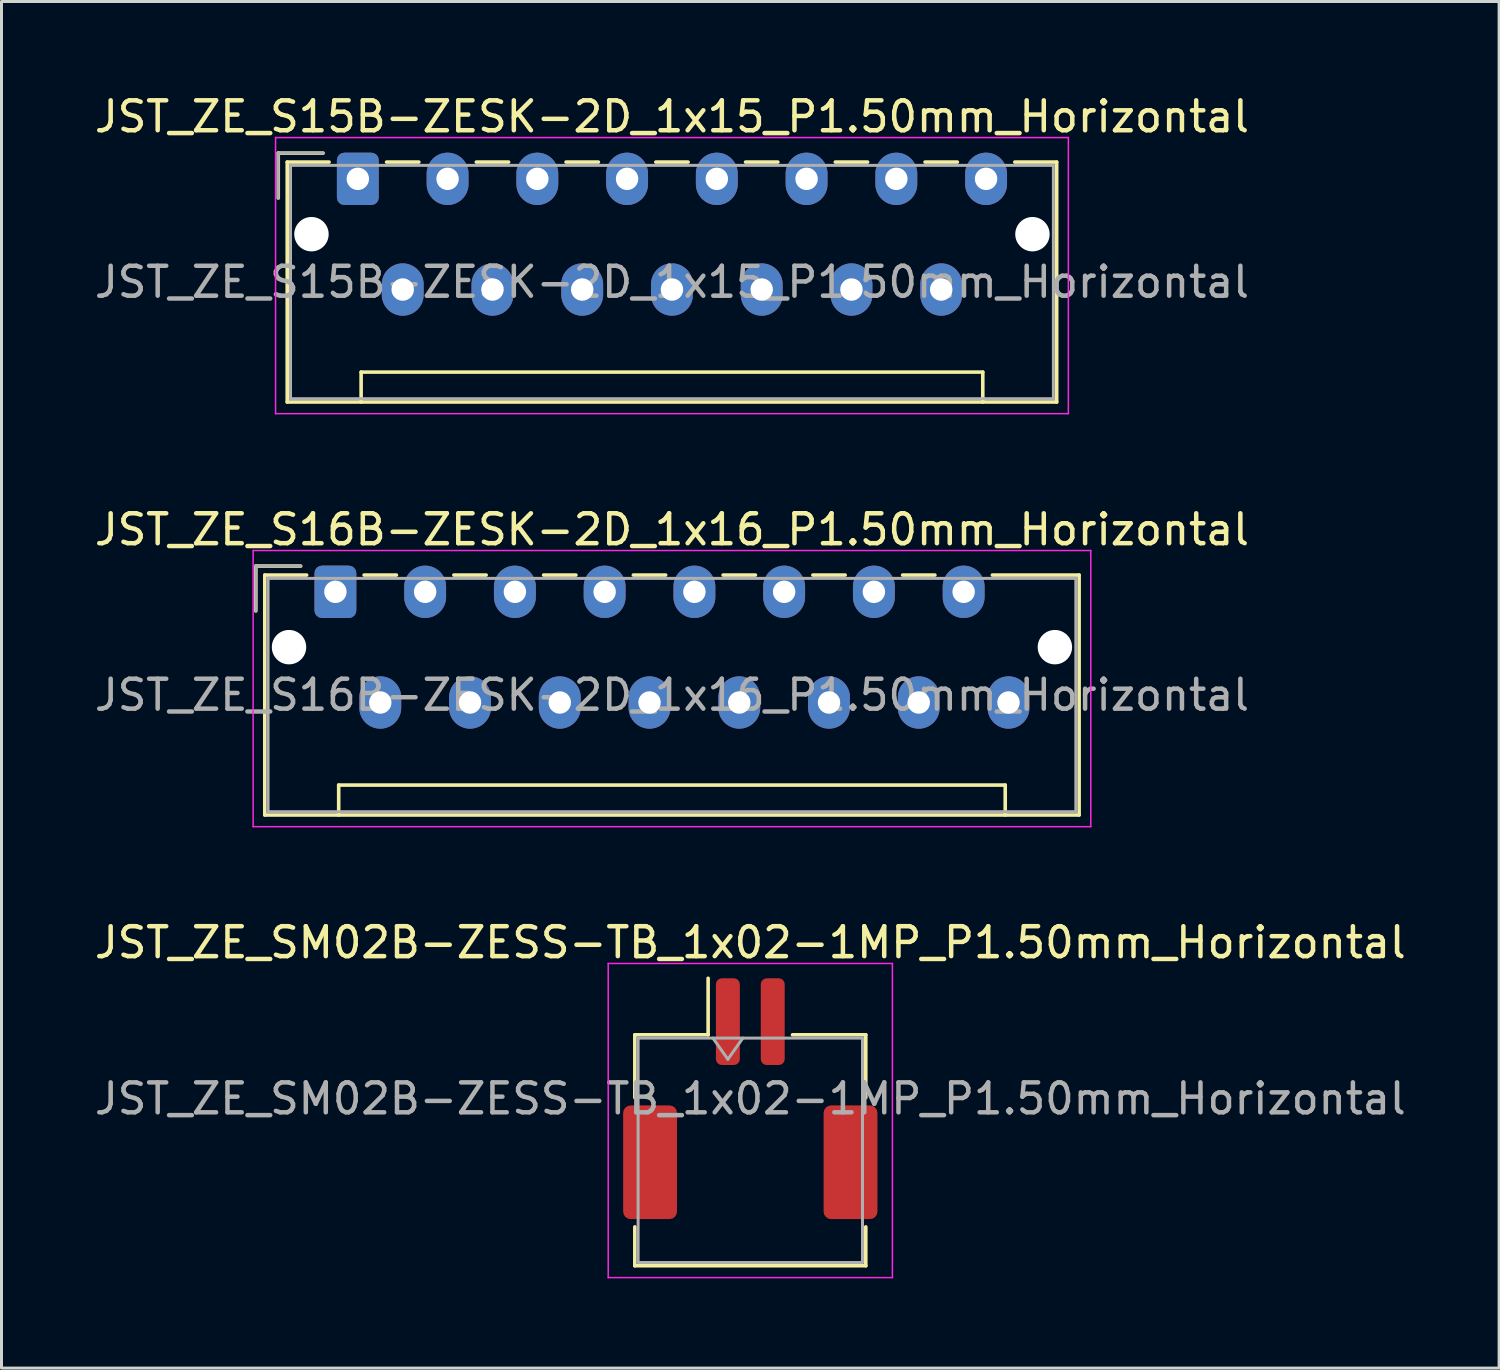
<source format=kicad_pcb>
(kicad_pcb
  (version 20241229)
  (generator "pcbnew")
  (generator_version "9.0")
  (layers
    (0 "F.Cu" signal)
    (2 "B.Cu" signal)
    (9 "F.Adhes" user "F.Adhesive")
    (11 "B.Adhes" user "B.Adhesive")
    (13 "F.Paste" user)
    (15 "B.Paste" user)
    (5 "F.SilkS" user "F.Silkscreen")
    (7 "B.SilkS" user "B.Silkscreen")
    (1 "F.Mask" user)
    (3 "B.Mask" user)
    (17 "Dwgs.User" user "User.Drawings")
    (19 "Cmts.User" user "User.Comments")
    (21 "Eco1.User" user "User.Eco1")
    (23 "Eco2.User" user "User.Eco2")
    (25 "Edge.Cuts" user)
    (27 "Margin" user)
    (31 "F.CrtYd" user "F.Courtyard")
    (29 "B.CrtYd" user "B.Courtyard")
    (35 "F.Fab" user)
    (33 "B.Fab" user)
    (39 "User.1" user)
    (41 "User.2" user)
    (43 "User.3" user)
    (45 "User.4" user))
  (footprint "JST_ZE_SM02B-ZESS-TB_1x02-1MP_P1.50mm_Horizontal"
    (layer "F.Cu")
    (at 22.03 33.675)
    (property "Reference" "JST_ZE_SM02B-ZESS-TB_1x02-1MP_P1.50mm_Horizontal" (at 0 -5.22 0) (layer "F.SilkS") (effects (font (size 1 1) (thickness 0.15))))
    (attr smd)
    (fp_line (start -3.86 -2.135) (end -1.41 -2.135) (stroke (width 0.12) (type solid)) (layer "F.SilkS"))
    (fp_line (start -3.86 -0.035) (end -3.86 -2.135) (stroke (width 0.12) (type solid)) (layer "F.SilkS"))
    (fp_line (start -3.86 4.285) (end -3.86 5.585) (stroke (width 0.12) (type solid)) (layer "F.SilkS"))
    (fp_line (start -3.86 5.585) (end 3.86 5.585) (stroke (width 0.12) (type solid)) (layer "F.SilkS"))
    (fp_line (start -1.41 -2.135) (end -1.41 -4.025) (stroke (width 0.12) (type solid)) (layer "F.SilkS"))
    (fp_line (start 3.86 -2.135) (end 1.41 -2.135) (stroke (width 0.12) (type solid)) (layer "F.SilkS"))
    (fp_line (start 3.86 -0.035) (end 3.86 -2.135) (stroke (width 0.12) (type solid)) (layer "F.SilkS"))
    (fp_line (start 3.86 5.585) (end 3.86 4.285) (stroke (width 0.12) (type solid)) (layer "F.SilkS"))
    (fp_line (start -4.75 -4.52) (end -4.75 5.98) (stroke (width 0.05) (type solid)) (layer "F.CrtYd"))
    (fp_line (start -4.75 5.98) (end 4.75 5.98) (stroke (width 0.05) (type solid)) (layer "F.CrtYd"))
    (fp_line (start 4.75 -4.52) (end -4.75 -4.52) (stroke (width 0.05) (type solid)) (layer "F.CrtYd"))
    (fp_line (start 4.75 5.98) (end 4.75 -4.52) (stroke (width 0.05) (type solid)) (layer "F.CrtYd"))
    (fp_line (start -3.75 -2.025) (end -3.75 5.475) (stroke (width 0.1) (type solid)) (layer "F.Fab"))
    (fp_line (start -3.75 -2.025) (end 3.75 -2.025) (stroke (width 0.1) (type solid)) (layer "F.Fab"))
    (fp_line (start -3.75 5.475) (end 3.75 5.475) (stroke (width 0.1) (type solid)) (layer "F.Fab"))
    (fp_line (start -1.25 -2.025) (end -0.75 -1.318) (stroke (width 0.1) (type solid)) (layer "F.Fab"))
    (fp_line (start -0.75 -1.318) (end -0.25 -2.025) (stroke (width 0.1) (type solid)) (layer "F.Fab"))
    (fp_line (start 3.75 -2.025) (end 3.75 5.475) (stroke (width 0.1) (type solid)) (layer "F.Fab"))
    (fp_text user "${REFERENCE}" (at 0 0 0) (layer "F.Fab") (effects (font (size 1 1) (thickness 0.15))))
    (pad "1" smd roundrect (at -0.75 -2.575) (size 0.8 2.9) (layers "F.Cu" "F.Mask" "F.Paste") (roundrect_rratio 0.25))
    (pad "2" smd roundrect (at 0.75 -2.575) (size 0.8 2.9) (layers "F.Cu" "F.Mask" "F.Paste") (roundrect_rratio 0.25))
    (pad "MP" smd roundrect (at -3.35 2.125) (size 1.8 3.8) (layers "F.Cu" "F.Mask" "F.Paste") (roundrect_rratio 0.139))
    (pad "MP" smd roundrect (at 3.35 2.125) (size 1.8 3.8) (layers "F.Cu" "F.Mask" "F.Paste") (roundrect_rratio 0.139)))
  (footprint "JST_ZE_S15B-ZESK-2D_1x15_P1.50mm_Horizontal"
    (layer "F.Cu")
    (at 8.911 2.928)
    (property "Reference" "JST_ZE_S15B-ZESK-2D_1x15_P1.50mm_Horizontal" (at 10.5 -2.08 0) (layer "F.SilkS") (effects (font (size 1 1) (thickness 0.15))))
    (attr through_hole)
    (fp_line (start -2.66 -0.86) (end -1.16 -0.86) (stroke (width 0.12) (type solid)) (layer "F.SilkS"))
    (fp_line (start -2.66 0.64) (end -2.66 -0.86) (stroke (width 0.12) (type solid)) (layer "F.SilkS"))
    (fp_line (start -2.36 -0.56) (end -2.36 7.46) (stroke (width 0.12) (type solid)) (layer "F.SilkS"))
    (fp_line (start -2.36 7.46) (end 23.36 7.46) (stroke (width 0.12) (type solid)) (layer "F.SilkS"))
    (fp_line (start -0.96 -0.56) (end -2.36 -0.56) (stroke (width 0.12) (type solid)) (layer "F.SilkS"))
    (fp_line (start 0.11 6.46) (end 20.89 6.46) (stroke (width 0.12) (type solid)) (layer "F.SilkS"))
    (fp_line (start 0.11 7.46) (end 0.11 6.46) (stroke (width 0.12) (type solid)) (layer "F.SilkS"))
    (fp_line (start 0.96 -0.56) (end 2.04 -0.56) (stroke (width 0.12) (type solid)) (layer "F.SilkS"))
    (fp_line (start 3.96 -0.56) (end 5.04 -0.56) (stroke (width 0.12) (type solid)) (layer "F.SilkS"))
    (fp_line (start 6.96 -0.56) (end 8.04 -0.56) (stroke (width 0.12) (type solid)) (layer "F.SilkS"))
    (fp_line (start 9.96 -0.56) (end 11.04 -0.56) (stroke (width 0.12) (type solid)) (layer "F.SilkS"))
    (fp_line (start 12.96 -0.56) (end 14.04 -0.56) (stroke (width 0.12) (type solid)) (layer "F.SilkS"))
    (fp_line (start 15.96 -0.56) (end 17.04 -0.56) (stroke (width 0.12) (type solid)) (layer "F.SilkS"))
    (fp_line (start 18.96 -0.56) (end 20.04 -0.56) (stroke (width 0.12) (type solid)) (layer "F.SilkS"))
    (fp_line (start 20.89 6.46) (end 20.89 7.46) (stroke (width 0.12) (type solid)) (layer "F.SilkS"))
    (fp_line (start 23.36 -0.56) (end 21.96 -0.56) (stroke (width 0.12) (type solid)) (layer "F.SilkS"))
    (fp_line (start 23.36 7.46) (end 23.36 -0.56) (stroke (width 0.12) (type solid)) (layer "F.SilkS"))
    (fp_line (start -2.75 -1.38) (end -2.75 7.85) (stroke (width 0.05) (type solid)) (layer "F.CrtYd"))
    (fp_line (start -2.75 7.85) (end 23.75 7.85) (stroke (width 0.05) (type solid)) (layer "F.CrtYd"))
    (fp_line (start 23.75 -1.38) (end -2.75 -1.38) (stroke (width 0.05) (type solid)) (layer "F.CrtYd"))
    (fp_line (start 23.75 7.85) (end 23.75 -1.38) (stroke (width 0.05) (type solid)) (layer "F.CrtYd"))
    (fp_line (start -2.66 -0.86) (end -1.16 -0.86) (stroke (width 0.1) (type solid)) (layer "F.Fab"))
    (fp_line (start -2.66 0.64) (end -2.66 -0.86) (stroke (width 0.1) (type solid)) (layer "F.Fab"))
    (fp_line (start -2.25 -0.45) (end -2.25 7.35) (stroke (width 0.1) (type solid)) (layer "F.Fab"))
    (fp_line (start -2.25 7.35) (end 23.25 7.35) (stroke (width 0.1) (type solid)) (layer "F.Fab"))
    (fp_line (start 23.25 -0.45) (end -2.25 -0.45) (stroke (width 0.1) (type solid)) (layer "F.Fab"))
    (fp_line (start 23.25 7.35) (end 23.25 -0.45) (stroke (width 0.1) (type solid)) (layer "F.Fab"))
    (fp_text user "${REFERENCE}" (at 10.5 3.45 0) (layer "F.Fab") (effects (font (size 1 1) (thickness 0.15))))
    (pad "" np_thru_hole circle (at -1.55 1.85) (size 1.15 1.15) (drill 1.15) (layers "*.Cu" "*.Mask"))
    (pad "" np_thru_hole circle (at 22.55 1.85) (size 1.15 1.15) (drill 1.15) (layers "*.Cu" "*.Mask"))
    (pad "1" thru_hole roundrect (at 0 0) (size 1.4 1.75) (drill 0.75) (layers "*.Cu" "*.Mask") (roundrect_rratio 0.179))
    (pad "2" thru_hole oval (at 1.5 3.7) (size 1.4 1.75) (drill 0.75) (layers "*.Cu" "*.Mask"))
    (pad "3" thru_hole oval (at 3 0) (size 1.4 1.75) (drill 0.75) (layers "*.Cu" "*.Mask"))
    (pad "4" thru_hole oval (at 4.5 3.7) (size 1.4 1.75) (drill 0.75) (layers "*.Cu" "*.Mask"))
    (pad "5" thru_hole oval (at 6 0) (size 1.4 1.75) (drill 0.75) (layers "*.Cu" "*.Mask"))
    (pad "6" thru_hole oval (at 7.5 3.7) (size 1.4 1.75) (drill 0.75) (layers "*.Cu" "*.Mask"))
    (pad "7" thru_hole oval (at 9 0) (size 1.4 1.75) (drill 0.75) (layers "*.Cu" "*.Mask"))
    (pad "8" thru_hole oval (at 10.5 3.7) (size 1.4 1.75) (drill 0.75) (layers "*.Cu" "*.Mask"))
    (pad "9" thru_hole oval (at 12 0) (size 1.4 1.75) (drill 0.75) (layers "*.Cu" "*.Mask"))
    (pad "10" thru_hole oval (at 13.5 3.7) (size 1.4 1.75) (drill 0.75) (layers "*.Cu" "*.Mask"))
    (pad "11" thru_hole oval (at 15 0) (size 1.4 1.75) (drill 0.75) (layers "*.Cu" "*.Mask"))
    (pad "12" thru_hole oval (at 16.5 3.7) (size 1.4 1.75) (drill 0.75) (layers "*.Cu" "*.Mask"))
    (pad "13" thru_hole oval (at 18 0) (size 1.4 1.75) (drill 0.75) (layers "*.Cu" "*.Mask"))
    (pad "14" thru_hole oval (at 19.5 3.7) (size 1.4 1.75) (drill 0.75) (layers "*.Cu" "*.Mask"))
    (pad "15" thru_hole oval (at 21 0) (size 1.4 1.75) (drill 0.75) (layers "*.Cu" "*.Mask")))
  (footprint "JST_ZE_S16B-ZESK-2D_1x16_P1.50mm_Horizontal"
    (layer "F.Cu")
    (at 8.161 16.732)
    (property "Reference" "JST_ZE_S16B-ZESK-2D_1x16_P1.50mm_Horizontal" (at 11.25 -2.08 0) (layer "F.SilkS") (effects (font (size 1 1) (thickness 0.15))))
    (attr through_hole)
    (fp_line (start -2.66 -0.86) (end -1.16 -0.86) (stroke (width 0.12) (type solid)) (layer "F.SilkS"))
    (fp_line (start -2.66 0.64) (end -2.66 -0.86) (stroke (width 0.12) (type solid)) (layer "F.SilkS"))
    (fp_line (start -2.36 -0.56) (end -2.36 7.46) (stroke (width 0.12) (type solid)) (layer "F.SilkS"))
    (fp_line (start -2.36 7.46) (end 24.86 7.46) (stroke (width 0.12) (type solid)) (layer "F.SilkS"))
    (fp_line (start -0.96 -0.56) (end -2.36 -0.56) (stroke (width 0.12) (type solid)) (layer "F.SilkS"))
    (fp_line (start 0.11 6.46) (end 22.39 6.46) (stroke (width 0.12) (type solid)) (layer "F.SilkS"))
    (fp_line (start 0.11 7.46) (end 0.11 6.46) (stroke (width 0.12) (type solid)) (layer "F.SilkS"))
    (fp_line (start 0.96 -0.56) (end 2.04 -0.56) (stroke (width 0.12) (type solid)) (layer "F.SilkS"))
    (fp_line (start 3.96 -0.56) (end 5.04 -0.56) (stroke (width 0.12) (type solid)) (layer "F.SilkS"))
    (fp_line (start 6.96 -0.56) (end 8.04 -0.56) (stroke (width 0.12) (type solid)) (layer "F.SilkS"))
    (fp_line (start 9.96 -0.56) (end 11.04 -0.56) (stroke (width 0.12) (type solid)) (layer "F.SilkS"))
    (fp_line (start 12.96 -0.56) (end 14.04 -0.56) (stroke (width 0.12) (type solid)) (layer "F.SilkS"))
    (fp_line (start 15.96 -0.56) (end 17.04 -0.56) (stroke (width 0.12) (type solid)) (layer "F.SilkS"))
    (fp_line (start 18.96 -0.56) (end 20.04 -0.56) (stroke (width 0.12) (type solid)) (layer "F.SilkS"))
    (fp_line (start 22.39 6.46) (end 22.39 7.46) (stroke (width 0.12) (type solid)) (layer "F.SilkS"))
    (fp_line (start 24.86 -0.56) (end 21.96 -0.56) (stroke (width 0.12) (type solid)) (layer "F.SilkS"))
    (fp_line (start 24.86 7.46) (end 24.86 -0.56) (stroke (width 0.12) (type solid)) (layer "F.SilkS"))
    (fp_line (start -2.75 -1.38) (end -2.75 7.85) (stroke (width 0.05) (type solid)) (layer "F.CrtYd"))
    (fp_line (start -2.75 7.85) (end 25.25 7.85) (stroke (width 0.05) (type solid)) (layer "F.CrtYd"))
    (fp_line (start 25.25 -1.38) (end -2.75 -1.38) (stroke (width 0.05) (type solid)) (layer "F.CrtYd"))
    (fp_line (start 25.25 7.85) (end 25.25 -1.38) (stroke (width 0.05) (type solid)) (layer "F.CrtYd"))
    (fp_line (start -2.66 -0.86) (end -1.16 -0.86) (stroke (width 0.1) (type solid)) (layer "F.Fab"))
    (fp_line (start -2.66 0.64) (end -2.66 -0.86) (stroke (width 0.1) (type solid)) (layer "F.Fab"))
    (fp_line (start -2.25 -0.45) (end -2.25 7.35) (stroke (width 0.1) (type solid)) (layer "F.Fab"))
    (fp_line (start -2.25 7.35) (end 24.75 7.35) (stroke (width 0.1) (type solid)) (layer "F.Fab"))
    (fp_line (start 24.75 -0.45) (end -2.25 -0.45) (stroke (width 0.1) (type solid)) (layer "F.Fab"))
    (fp_line (start 24.75 7.35) (end 24.75 -0.45) (stroke (width 0.1) (type solid)) (layer "F.Fab"))
    (fp_text user "${REFERENCE}" (at 11.25 3.45 0) (layer "F.Fab") (effects (font (size 1 1) (thickness 0.15))))
    (pad "" np_thru_hole circle (at -1.55 1.85) (size 1.15 1.15) (drill 1.15) (layers "*.Cu" "*.Mask"))
    (pad "" np_thru_hole circle (at 24.05 1.85) (size 1.15 1.15) (drill 1.15) (layers "*.Cu" "*.Mask"))
    (pad "1" thru_hole roundrect (at 0 0) (size 1.4 1.75) (drill 0.75) (layers "*.Cu" "*.Mask") (roundrect_rratio 0.179))
    (pad "2" thru_hole oval (at 1.5 3.7) (size 1.4 1.75) (drill 0.75) (layers "*.Cu" "*.Mask"))
    (pad "3" thru_hole oval (at 3 0) (size 1.4 1.75) (drill 0.75) (layers "*.Cu" "*.Mask"))
    (pad "4" thru_hole oval (at 4.5 3.7) (size 1.4 1.75) (drill 0.75) (layers "*.Cu" "*.Mask"))
    (pad "5" thru_hole oval (at 6 0) (size 1.4 1.75) (drill 0.75) (layers "*.Cu" "*.Mask"))
    (pad "6" thru_hole oval (at 7.5 3.7) (size 1.4 1.75) (drill 0.75) (layers "*.Cu" "*.Mask"))
    (pad "7" thru_hole oval (at 9 0) (size 1.4 1.75) (drill 0.75) (layers "*.Cu" "*.Mask"))
    (pad "8" thru_hole oval (at 10.5 3.7) (size 1.4 1.75) (drill 0.75) (layers "*.Cu" "*.Mask"))
    (pad "9" thru_hole oval (at 12 0) (size 1.4 1.75) (drill 0.75) (layers "*.Cu" "*.Mask"))
    (pad "10" thru_hole oval (at 13.5 3.7) (size 1.4 1.75) (drill 0.75) (layers "*.Cu" "*.Mask"))
    (pad "11" thru_hole oval (at 15 0) (size 1.4 1.75) (drill 0.75) (layers "*.Cu" "*.Mask"))
    (pad "12" thru_hole oval (at 16.5 3.7) (size 1.4 1.75) (drill 0.75) (layers "*.Cu" "*.Mask"))
    (pad "13" thru_hole oval (at 18 0) (size 1.4 1.75) (drill 0.75) (layers "*.Cu" "*.Mask"))
    (pad "14" thru_hole oval (at 19.5 3.7) (size 1.4 1.75) (drill 0.75) (layers "*.Cu" "*.Mask"))
    (pad "15" thru_hole oval (at 21 0) (size 1.4 1.75) (drill 0.75) (layers "*.Cu" "*.Mask"))
    (pad "16" thru_hole oval (at 22.5 3.7) (size 1.4 1.75) (drill 0.75) (layers "*.Cu" "*.Mask")))
  (gr_rect
    (start -3 -3)
    (end 47.06 42.68)
    (stroke (width 0.1) (type default))
    (fill no)
    (layer "Edge.Cuts")))
</source>
